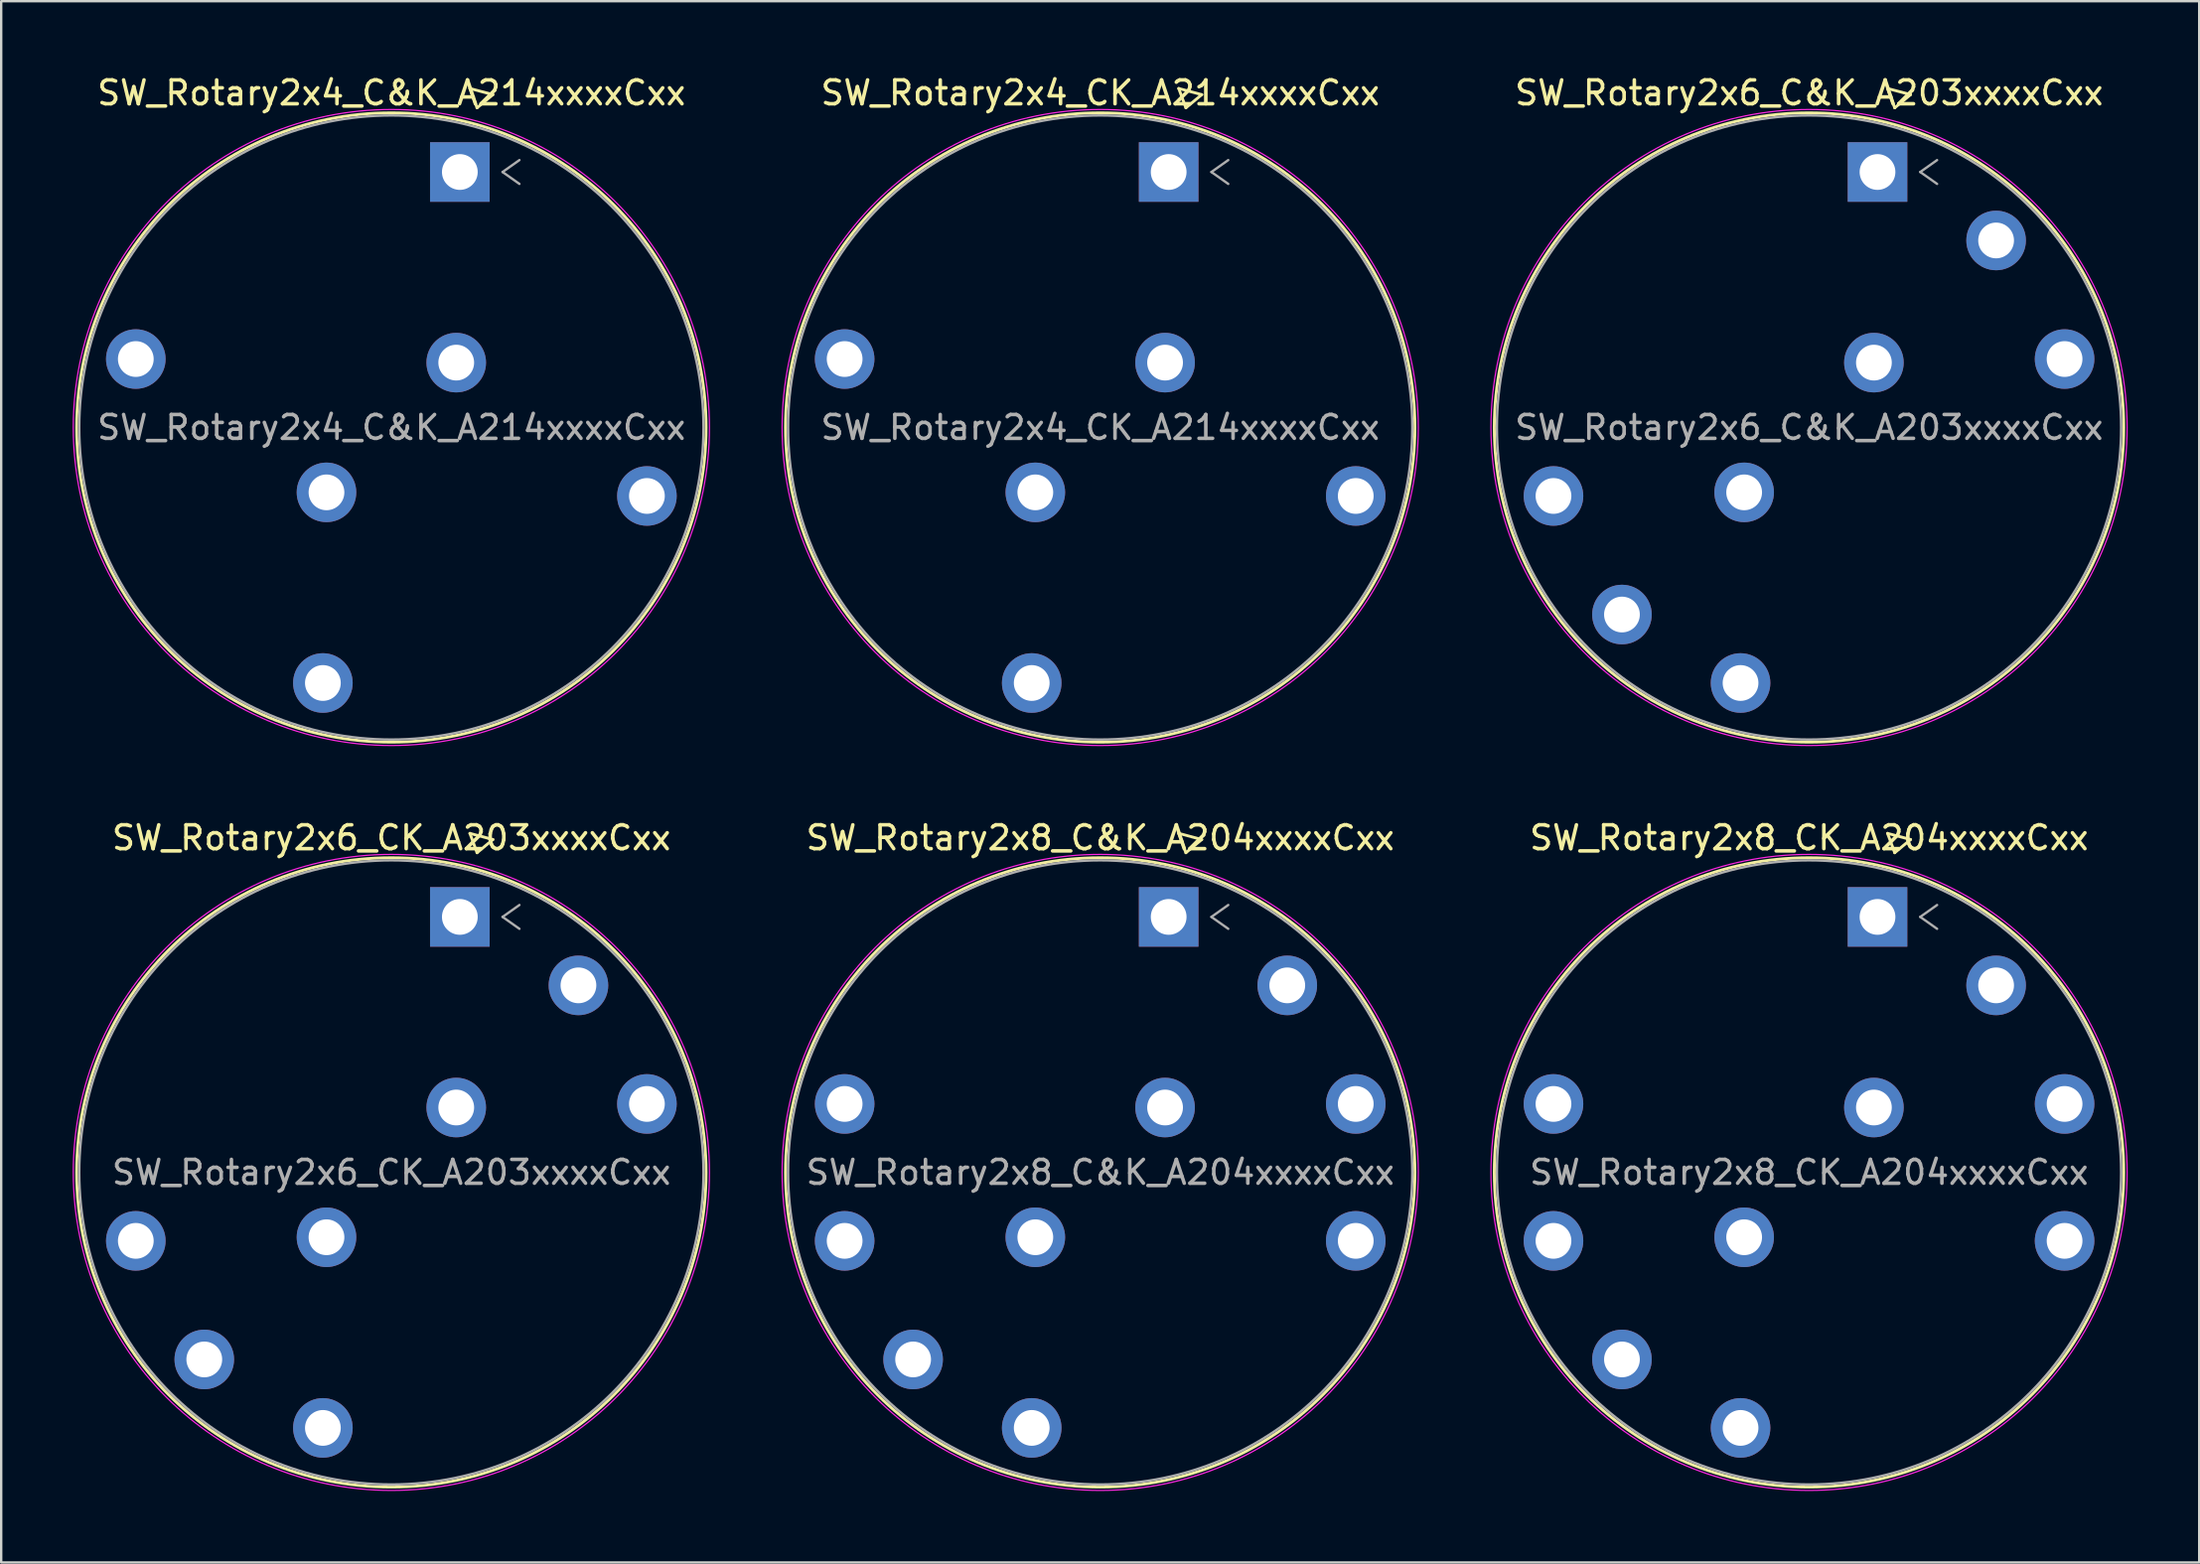
<source format=kicad_pcb>
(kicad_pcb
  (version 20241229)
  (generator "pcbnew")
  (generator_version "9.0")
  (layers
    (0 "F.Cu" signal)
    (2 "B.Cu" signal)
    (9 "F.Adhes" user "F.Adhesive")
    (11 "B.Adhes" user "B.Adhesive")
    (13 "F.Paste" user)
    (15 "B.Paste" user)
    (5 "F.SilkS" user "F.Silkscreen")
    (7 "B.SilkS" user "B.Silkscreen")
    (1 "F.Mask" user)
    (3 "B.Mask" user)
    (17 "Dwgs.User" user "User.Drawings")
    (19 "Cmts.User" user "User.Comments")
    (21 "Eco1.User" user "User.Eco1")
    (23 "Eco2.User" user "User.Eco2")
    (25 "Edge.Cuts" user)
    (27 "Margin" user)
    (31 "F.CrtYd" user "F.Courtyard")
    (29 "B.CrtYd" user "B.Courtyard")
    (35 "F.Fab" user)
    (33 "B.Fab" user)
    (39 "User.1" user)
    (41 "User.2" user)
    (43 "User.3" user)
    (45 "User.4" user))
  (footprint "SW_Rotary2x4_CK_A214xxxxCxx"
    (layer "F.Cu")
    (at 45.983 4.168)
    (property "Reference" "SW_Rotary2x4_CK_A214xxxxCxx" (at -2.87 -3.32 0) (layer "F.SilkS") (effects (font (size 1 1) (thickness 0.15))))
    (attr through_hole)
    (fp_line (start 0.422 -3.505) (end 0.722 -2.693) (stroke (width 0.12) (type solid)) (layer "F.SilkS"))
    (fp_line (start 0.722 -2.693) (end 1.388 -3.247) (stroke (width 0.12) (type solid)) (layer "F.SilkS"))
    (fp_line (start 1.388 -3.247) (end 0.422 -3.505) (stroke (width 0.12) (type solid)) (layer "F.SilkS"))
    (fp_circle (center -2.873 10.722) (end 10.332 10.722) (stroke (width 0.12) (type solid)) (fill no) (layer "F.SilkS"))
    (fp_circle (center -2.873 10.722) (end 10.472 10.722) (stroke (width 0.05) (type solid)) (fill no) (layer "F.CrtYd"))
    (fp_line (start 1.793 0) (end 2.5 0.5) (stroke (width 0.1) (type solid)) (layer "F.Fab"))
    (fp_line (start 2.5 -0.5) (end 1.793 0) (stroke (width 0.1) (type solid)) (layer "F.Fab"))
    (fp_circle (center -2.873 10.722) (end 10.222 10.722) (stroke (width 0.1) (type solid)) (fill no) (layer "F.Fab"))
    (fp_text user "${REFERENCE}" (at -2.87 10.72 0) (layer "F.Fab") (effects (font (size 1 1) (thickness 0.15))))
    (pad "1" thru_hole rect (at 0 0) (size 2.5 2.5) (drill 1.5) (layers "*.Cu" "*.Mask"))
    (pad "4" thru_hole circle (at 7.849 13.595) (size 2.5 2.5) (drill 1.5) (layers "*.Cu" "*.Mask"))
    (pad "7" thru_hole circle (at -5.746 21.444) (size 2.5 2.5) (drill 1.5) (layers "*.Cu" "*.Mask"))
    (pad "10" thru_hole circle (at -13.595 7.849) (size 2.5 2.5) (drill 1.5) (layers "*.Cu" "*.Mask"))
    (pad "A" thru_hole circle (at -0.151 7.999) (size 2.5 2.5) (drill 1.5) (layers "*.Cu" "*.Mask"))
    (pad "C" thru_hole circle (at -5.595 13.444) (size 2.5 2.5) (drill 1.5) (layers "*.Cu" "*.Mask")))
  (footprint "SW_Rotary2x6_C&K_A203xxxxCxx"
    (layer "F.Cu")
    (at 75.723 4.168)
    (property "Reference" "SW_Rotary2x6_C&K_A203xxxxCxx" (at -2.87 -3.32 0) (layer "F.SilkS") (effects (font (size 1 1) (thickness 0.15))))
    (attr through_hole)
    (fp_line (start 0.422 -3.505) (end 0.722 -2.693) (stroke (width 0.12) (type solid)) (layer "F.SilkS"))
    (fp_line (start 0.722 -2.693) (end 1.388 -3.247) (stroke (width 0.12) (type solid)) (layer "F.SilkS"))
    (fp_line (start 1.388 -3.247) (end 0.422 -3.505) (stroke (width 0.12) (type solid)) (layer "F.SilkS"))
    (fp_circle (center -2.873 10.722) (end 10.332 10.722) (stroke (width 0.12) (type solid)) (fill no) (layer "F.SilkS"))
    (fp_circle (center -2.873 10.722) (end 10.472 10.722) (stroke (width 0.05) (type solid)) (fill no) (layer "F.CrtYd"))
    (fp_line (start 1.793 0) (end 2.5 0.5) (stroke (width 0.1) (type solid)) (layer "F.Fab"))
    (fp_line (start 2.5 -0.5) (end 1.793 0) (stroke (width 0.1) (type solid)) (layer "F.Fab"))
    (fp_circle (center -2.873 10.722) (end 10.222 10.722) (stroke (width 0.1) (type solid)) (fill no) (layer "F.Fab"))
    (fp_text user "${REFERENCE}" (at -2.87 10.72 0) (layer "F.Fab") (effects (font (size 1 1) (thickness 0.15))))
    (pad "1" thru_hole rect (at 0 0) (size 2.5 2.5) (drill 1.5) (layers "*.Cu" "*.Mask"))
    (pad "2" thru_hole circle (at 4.976 2.873) (size 2.5 2.5) (drill 1.5) (layers "*.Cu" "*.Mask"))
    (pad "3" thru_hole circle (at 7.849 7.849) (size 2.5 2.5) (drill 1.5) (layers "*.Cu" "*.Mask"))
    (pad "7" thru_hole circle (at -5.746 21.444) (size 2.5 2.5) (drill 1.5) (layers "*.Cu" "*.Mask"))
    (pad "8" thru_hole circle (at -10.722 18.571) (size 2.5 2.5) (drill 1.5) (layers "*.Cu" "*.Mask"))
    (pad "9" thru_hole circle (at -13.595 13.595) (size 2.5 2.5) (drill 1.5) (layers "*.Cu" "*.Mask"))
    (pad "A" thru_hole circle (at -0.151 7.999) (size 2.5 2.5) (drill 1.5) (layers "*.Cu" "*.Mask"))
    (pad "C" thru_hole circle (at -5.595 13.444) (size 2.5 2.5) (drill 1.5) (layers "*.Cu" "*.Mask")))
  (footprint "SW_Rotary2x4_C&K_A214xxxxCxx"
    (layer "F.Cu")
    (at 16.243 4.168)
    (property "Reference" "SW_Rotary2x4_C&K_A214xxxxCxx" (at -2.87 -3.32 0) (layer "F.SilkS") (effects (font (size 1 1) (thickness 0.15))))
    (attr through_hole)
    (fp_line (start 0.422 -3.505) (end 0.722 -2.693) (stroke (width 0.12) (type solid)) (layer "F.SilkS"))
    (fp_line (start 0.722 -2.693) (end 1.388 -3.247) (stroke (width 0.12) (type solid)) (layer "F.SilkS"))
    (fp_line (start 1.388 -3.247) (end 0.422 -3.505) (stroke (width 0.12) (type solid)) (layer "F.SilkS"))
    (fp_circle (center -2.873 10.722) (end 10.332 10.722) (stroke (width 0.12) (type solid)) (fill no) (layer "F.SilkS"))
    (fp_circle (center -2.873 10.722) (end 10.472 10.722) (stroke (width 0.05) (type solid)) (fill no) (layer "F.CrtYd"))
    (fp_line (start 1.793 0) (end 2.5 0.5) (stroke (width 0.1) (type solid)) (layer "F.Fab"))
    (fp_line (start 2.5 -0.5) (end 1.793 0) (stroke (width 0.1) (type solid)) (layer "F.Fab"))
    (fp_circle (center -2.873 10.722) (end 10.222 10.722) (stroke (width 0.1) (type solid)) (fill no) (layer "F.Fab"))
    (fp_text user "${REFERENCE}" (at -2.87 10.72 0) (layer "F.Fab") (effects (font (size 1 1) (thickness 0.15))))
    (pad "1" thru_hole rect (at 0 0) (size 2.5 2.5) (drill 1.5) (layers "*.Cu" "*.Mask"))
    (pad "4" thru_hole circle (at 7.849 13.595) (size 2.5 2.5) (drill 1.5) (layers "*.Cu" "*.Mask"))
    (pad "7" thru_hole circle (at -5.746 21.444) (size 2.5 2.5) (drill 1.5) (layers "*.Cu" "*.Mask"))
    (pad "10" thru_hole circle (at -13.595 7.849) (size 2.5 2.5) (drill 1.5) (layers "*.Cu" "*.Mask"))
    (pad "A" thru_hole circle (at -0.151 7.999) (size 2.5 2.5) (drill 1.5) (layers "*.Cu" "*.Mask"))
    (pad "C" thru_hole circle (at -5.595 13.444) (size 2.5 2.5) (drill 1.5) (layers "*.Cu" "*.Mask")))
  (footprint "SW_Rotary2x8_C&K_A204xxxxCxx"
    (layer "F.Cu")
    (at 45.983 35.428)
    (property "Reference" "SW_Rotary2x8_C&K_A204xxxxCxx" (at -2.87 -3.32 0) (layer "F.SilkS") (effects (font (size 1 1) (thickness 0.15))))
    (attr through_hole)
    (fp_line (start 0.422 -3.505) (end 0.722 -2.693) (stroke (width 0.12) (type solid)) (layer "F.SilkS"))
    (fp_line (start 0.722 -2.693) (end 1.388 -3.247) (stroke (width 0.12) (type solid)) (layer "F.SilkS"))
    (fp_line (start 1.388 -3.247) (end 0.422 -3.505) (stroke (width 0.12) (type solid)) (layer "F.SilkS"))
    (fp_circle (center -2.873 10.722) (end 10.332 10.722) (stroke (width 0.12) (type solid)) (fill no) (layer "F.SilkS"))
    (fp_circle (center -2.873 10.722) (end 10.472 10.722) (stroke (width 0.05) (type solid)) (fill no) (layer "F.CrtYd"))
    (fp_line (start 1.793 0) (end 2.5 0.5) (stroke (width 0.1) (type solid)) (layer "F.Fab"))
    (fp_line (start 2.5 -0.5) (end 1.793 0) (stroke (width 0.1) (type solid)) (layer "F.Fab"))
    (fp_circle (center -2.873 10.722) (end 10.222 10.722) (stroke (width 0.1) (type solid)) (fill no) (layer "F.Fab"))
    (fp_text user "${REFERENCE}" (at -2.87 10.72 0) (layer "F.Fab") (effects (font (size 1 1) (thickness 0.15))))
    (pad "1" thru_hole rect (at 0 0) (size 2.5 2.5) (drill 1.5) (layers "*.Cu" "*.Mask"))
    (pad "2" thru_hole circle (at 4.976 2.873) (size 2.5 2.5) (drill 1.5) (layers "*.Cu" "*.Mask"))
    (pad "3" thru_hole circle (at 7.849 7.849) (size 2.5 2.5) (drill 1.5) (layers "*.Cu" "*.Mask"))
    (pad "4" thru_hole circle (at 7.849 13.595) (size 2.5 2.5) (drill 1.5) (layers "*.Cu" "*.Mask"))
    (pad "7" thru_hole circle (at -5.746 21.444) (size 2.5 2.5) (drill 1.5) (layers "*.Cu" "*.Mask"))
    (pad "8" thru_hole circle (at -10.722 18.571) (size 2.5 2.5) (drill 1.5) (layers "*.Cu" "*.Mask"))
    (pad "9" thru_hole circle (at -13.595 13.595) (size 2.5 2.5) (drill 1.5) (layers "*.Cu" "*.Mask"))
    (pad "10" thru_hole circle (at -13.595 7.849) (size 2.5 2.5) (drill 1.5) (layers "*.Cu" "*.Mask"))
    (pad "A" thru_hole circle (at -0.151 7.999) (size 2.5 2.5) (drill 1.5) (layers "*.Cu" "*.Mask"))
    (pad "C" thru_hole circle (at -5.595 13.444) (size 2.5 2.5) (drill 1.5) (layers "*.Cu" "*.Mask")))
  (footprint "SW_Rotary2x8_CK_A204xxxxCxx"
    (layer "F.Cu")
    (at 75.723 35.428)
    (property "Reference" "SW_Rotary2x8_CK_A204xxxxCxx" (at -2.87 -3.32 0) (layer "F.SilkS") (effects (font (size 1 1) (thickness 0.15))))
    (attr through_hole)
    (fp_line (start 0.422 -3.505) (end 0.722 -2.693) (stroke (width 0.12) (type solid)) (layer "F.SilkS"))
    (fp_line (start 0.722 -2.693) (end 1.388 -3.247) (stroke (width 0.12) (type solid)) (layer "F.SilkS"))
    (fp_line (start 1.388 -3.247) (end 0.422 -3.505) (stroke (width 0.12) (type solid)) (layer "F.SilkS"))
    (fp_circle (center -2.873 10.722) (end 10.332 10.722) (stroke (width 0.12) (type solid)) (fill no) (layer "F.SilkS"))
    (fp_circle (center -2.873 10.722) (end 10.472 10.722) (stroke (width 0.05) (type solid)) (fill no) (layer "F.CrtYd"))
    (fp_line (start 1.793 0) (end 2.5 0.5) (stroke (width 0.1) (type solid)) (layer "F.Fab"))
    (fp_line (start 2.5 -0.5) (end 1.793 0) (stroke (width 0.1) (type solid)) (layer "F.Fab"))
    (fp_circle (center -2.873 10.722) (end 10.222 10.722) (stroke (width 0.1) (type solid)) (fill no) (layer "F.Fab"))
    (fp_text user "${REFERENCE}" (at -2.87 10.72 0) (layer "F.Fab") (effects (font (size 1 1) (thickness 0.15))))
    (pad "1" thru_hole rect (at 0 0) (size 2.5 2.5) (drill 1.5) (layers "*.Cu" "*.Mask"))
    (pad "2" thru_hole circle (at 4.976 2.873) (size 2.5 2.5) (drill 1.5) (layers "*.Cu" "*.Mask"))
    (pad "3" thru_hole circle (at 7.849 7.849) (size 2.5 2.5) (drill 1.5) (layers "*.Cu" "*.Mask"))
    (pad "4" thru_hole circle (at 7.849 13.595) (size 2.5 2.5) (drill 1.5) (layers "*.Cu" "*.Mask"))
    (pad "7" thru_hole circle (at -5.746 21.444) (size 2.5 2.5) (drill 1.5) (layers "*.Cu" "*.Mask"))
    (pad "8" thru_hole circle (at -10.722 18.571) (size 2.5 2.5) (drill 1.5) (layers "*.Cu" "*.Mask"))
    (pad "9" thru_hole circle (at -13.595 13.595) (size 2.5 2.5) (drill 1.5) (layers "*.Cu" "*.Mask"))
    (pad "10" thru_hole circle (at -13.595 7.849) (size 2.5 2.5) (drill 1.5) (layers "*.Cu" "*.Mask"))
    (pad "A" thru_hole circle (at -0.151 7.999) (size 2.5 2.5) (drill 1.5) (layers "*.Cu" "*.Mask"))
    (pad "C" thru_hole circle (at -5.595 13.444) (size 2.5 2.5) (drill 1.5) (layers "*.Cu" "*.Mask")))
  (footprint "SW_Rotary2x6_CK_A203xxxxCxx"
    (layer "F.Cu")
    (at 16.243 35.428)
    (property "Reference" "SW_Rotary2x6_CK_A203xxxxCxx" (at -2.87 -3.32 0) (layer "F.SilkS") (effects (font (size 1 1) (thickness 0.15))))
    (attr through_hole)
    (fp_line (start 0.422 -3.505) (end 0.722 -2.693) (stroke (width 0.12) (type solid)) (layer "F.SilkS"))
    (fp_line (start 0.722 -2.693) (end 1.388 -3.247) (stroke (width 0.12) (type solid)) (layer "F.SilkS"))
    (fp_line (start 1.388 -3.247) (end 0.422 -3.505) (stroke (width 0.12) (type solid)) (layer "F.SilkS"))
    (fp_circle (center -2.873 10.722) (end 10.332 10.722) (stroke (width 0.12) (type solid)) (fill no) (layer "F.SilkS"))
    (fp_circle (center -2.873 10.722) (end 10.472 10.722) (stroke (width 0.05) (type solid)) (fill no) (layer "F.CrtYd"))
    (fp_line (start 1.793 0) (end 2.5 0.5) (stroke (width 0.1) (type solid)) (layer "F.Fab"))
    (fp_line (start 2.5 -0.5) (end 1.793 0) (stroke (width 0.1) (type solid)) (layer "F.Fab"))
    (fp_circle (center -2.873 10.722) (end 10.222 10.722) (stroke (width 0.1) (type solid)) (fill no) (layer "F.Fab"))
    (fp_text user "${REFERENCE}" (at -2.87 10.72 0) (layer "F.Fab") (effects (font (size 1 1) (thickness 0.15))))
    (pad "1" thru_hole rect (at 0 0) (size 2.5 2.5) (drill 1.5) (layers "*.Cu" "*.Mask"))
    (pad "2" thru_hole circle (at 4.976 2.873) (size 2.5 2.5) (drill 1.5) (layers "*.Cu" "*.Mask"))
    (pad "3" thru_hole circle (at 7.849 7.849) (size 2.5 2.5) (drill 1.5) (layers "*.Cu" "*.Mask"))
    (pad "7" thru_hole circle (at -5.746 21.444) (size 2.5 2.5) (drill 1.5) (layers "*.Cu" "*.Mask"))
    (pad "8" thru_hole circle (at -10.722 18.571) (size 2.5 2.5) (drill 1.5) (layers "*.Cu" "*.Mask"))
    (pad "9" thru_hole circle (at -13.595 13.595) (size 2.5 2.5) (drill 1.5) (layers "*.Cu" "*.Mask"))
    (pad "A" thru_hole circle (at -0.151 7.999) (size 2.5 2.5) (drill 1.5) (layers "*.Cu" "*.Mask"))
    (pad "C" thru_hole circle (at -5.595 13.444) (size 2.5 2.5) (drill 1.5) (layers "*.Cu" "*.Mask")))
  (gr_rect
    (start -3 -3)
    (end 89.22 62.52)
    (stroke (width 0.1) (type default))
    (fill no)
    (layer "Edge.Cuts")))
</source>
